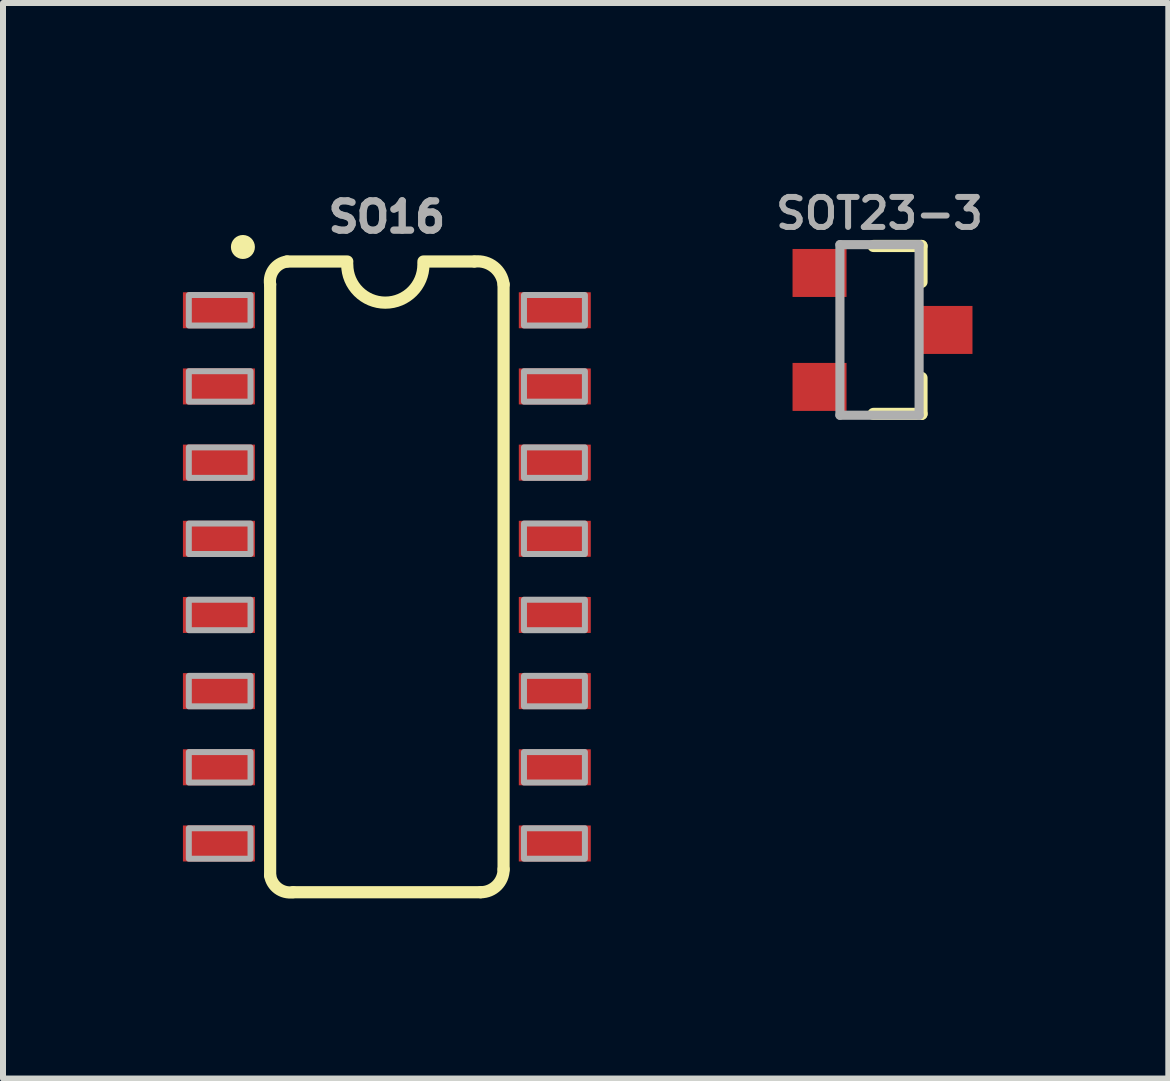
<source format=kicad_pcb>
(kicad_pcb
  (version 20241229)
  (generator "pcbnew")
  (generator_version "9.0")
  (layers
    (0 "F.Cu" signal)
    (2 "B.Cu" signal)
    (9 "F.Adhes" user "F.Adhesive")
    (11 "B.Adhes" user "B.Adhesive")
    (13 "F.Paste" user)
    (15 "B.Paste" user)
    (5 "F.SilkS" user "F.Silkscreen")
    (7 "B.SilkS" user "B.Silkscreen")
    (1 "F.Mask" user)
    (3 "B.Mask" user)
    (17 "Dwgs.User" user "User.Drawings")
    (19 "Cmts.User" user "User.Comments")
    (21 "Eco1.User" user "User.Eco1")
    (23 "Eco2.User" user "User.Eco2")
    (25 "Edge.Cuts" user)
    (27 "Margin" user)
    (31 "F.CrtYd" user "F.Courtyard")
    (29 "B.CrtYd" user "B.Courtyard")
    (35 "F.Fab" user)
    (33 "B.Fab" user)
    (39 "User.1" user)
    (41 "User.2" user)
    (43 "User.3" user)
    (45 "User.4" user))
  (footprint "SOT23-3"
    (layer "F.Cu")
    (at 11.614 2.451)
    (property "Reference" "SOT23-3" (at 0 -1.651 0) (layer "F.Fab") (effects (font (size 0.5 0.5) (thickness 0.1) (bold yes)) (justify bottom)))
    (fp_line (start 0.7 -1.4) (end -0.1 -1.4) (stroke (width 0.203) (type solid)) (layer "F.SilkS"))
    (fp_line (start 0.7 -0.8) (end 0.7 -1.4) (stroke (width 0.203) (type solid)) (layer "F.SilkS"))
    (fp_line (start 0.7 0.8) (end 0.7 1.4) (stroke (width 0.203) (type solid)) (layer "F.SilkS"))
    (fp_line (start 0.7 1.4) (end -0.1 1.4) (stroke (width 0.203) (type solid)) (layer "F.SilkS"))
    (fp_line (start -0.66 -1.422) (end 0.66 -1.422) (stroke (width 0.152) (type solid)) (layer "F.Fab"))
    (fp_line (start -0.66 1.422) (end -0.66 -1.422) (stroke (width 0.152) (type solid)) (layer "F.Fab"))
    (fp_line (start 0.66 -1.422) (end 0.66 1.422) (stroke (width 0.152) (type solid)) (layer "F.Fab"))
    (fp_line (start 0.66 1.422) (end -0.66 1.422) (stroke (width 0.152) (type solid)) (layer "F.Fab"))
    (pad "1" smd rect (at -1 -0.95 270) (size 0.8 0.9) (layers "F.Cu" "F.Mask" "F.Paste"))
    (pad "2" smd rect (at -1 0.95 270) (size 0.8 0.9) (layers "F.Cu" "F.Mask" "F.Paste"))
    (pad "3" smd rect (at 1.1 0 270) (size 0.8 0.9) (layers "F.Cu" "F.Mask" "F.Paste")))
  (footprint "SO16"
    (layer "F.Cu")
    (at 3.4 6.568)
    (property "Reference" "SO16" (at 0 -5.715 0) (layer "F.Fab") (effects (font (size 0.488 0.488) (thickness 0.122)) (justify bottom)))
    (fp_line (start -1.946 -4.877) (end -1.946 4.977) (stroke (width 0.203) (type solid)) (layer "F.SilkS"))
    (fp_line (start -1.665 -5.258) (end -0.66 -5.258) (stroke (width 0.203) (type solid)) (layer "F.SilkS"))
    (fp_line (start -1.565 5.258) (end 1.565 5.258) (stroke (width 0.203) (type solid)) (layer "F.SilkS"))
    (fp_line (start 1.453 -5.258) (end 0.61 -5.258) (stroke (width 0.203) (type solid)) (layer "F.SilkS"))
    (fp_line (start 1.946 4.877) (end 1.946 -4.877) (stroke (width 0.203) (type solid)) (layer "F.SilkS"))
    (fp_arc (start -1.946301 -4.876799) (mid -1.884767 -5.12554) (end -1.6653 -5.2578) (stroke (width 0.2032) (type solid)) (layer "F.SilkS"))
    (fp_arc (start -1.5653 5.2578) (mid -1.813997 5.196208) (end -1.9463 4.9768) (stroke (width 0.2032) (type solid)) (layer "F.SilkS"))
    (fp_arc (start 0.6096 -5.207) (mid -0.0254 -4.572) (end -0.6604 -5.207) (stroke (width 0.2032) (type solid)) (layer "F.SilkS"))
    (fp_arc (start 1.4653 -5.2578) (mid 1.784731 -5.166948) (end 1.9463 -4.8768) (stroke (width 0.2032) (type solid)) (layer "F.SilkS"))
    (fp_arc (start 1.9463 4.8768) (mid 1.834736 5.146238) (end 1.565298 5.2578) (stroke (width 0.2032) (type solid)) (layer "F.SilkS"))
    (fp_circle (center -2.4 -5.5) (end -2.4 -5.4) (stroke (width 0.2) (type solid)) (fill yes) (layer "F.SilkS"))
    (fp_poly (pts (xy -3.302 -4.699) (xy -3.302 -4.191) (xy -2.273 -4.191) (xy -2.273 -4.699)) (stroke (width 0.1) (type default)) (fill no) (layer "F.Fab"))
    (fp_poly (pts (xy -3.302 -3.429) (xy -3.302 -2.921) (xy -2.273 -2.921) (xy -2.273 -3.429)) (stroke (width 0.1) (type default)) (fill no) (layer "F.Fab"))
    (fp_poly (pts (xy -3.302 -2.159) (xy -3.302 -1.651) (xy -2.273 -1.651) (xy -2.273 -2.159)) (stroke (width 0.1) (type default)) (fill no) (layer "F.Fab"))
    (fp_poly (pts (xy -3.302 -0.889) (xy -3.302 -0.381) (xy -2.273 -0.381) (xy -2.273 -0.889)) (stroke (width 0.1) (type default)) (fill no) (layer "F.Fab"))
    (fp_poly (pts (xy -3.302 0.381) (xy -3.302 0.889) (xy -2.273 0.889) (xy -2.273 0.381)) (stroke (width 0.1) (type default)) (fill no) (layer "F.Fab"))
    (fp_poly (pts (xy -3.302 1.651) (xy -3.302 2.159) (xy -2.273 2.159) (xy -2.273 1.651)) (stroke (width 0.1) (type default)) (fill no) (layer "F.Fab"))
    (fp_poly (pts (xy -3.302 2.921) (xy -3.302 3.429) (xy -2.273 3.429) (xy -2.273 2.921)) (stroke (width 0.1) (type default)) (fill no) (layer "F.Fab"))
    (fp_poly (pts (xy -3.302 4.191) (xy -3.302 4.699) (xy -2.273 4.699) (xy -2.273 4.191)) (stroke (width 0.1) (type default)) (fill no) (layer "F.Fab"))
    (fp_poly (pts (xy 2.286 -4.699) (xy 2.286 -4.191) (xy 3.302 -4.191) (xy 3.302 -4.699)) (stroke (width 0.1) (type default)) (fill no) (layer "F.Fab"))
    (fp_poly (pts (xy 2.286 -3.429) (xy 2.286 -2.921) (xy 3.302 -2.921) (xy 3.302 -3.429)) (stroke (width 0.1) (type default)) (fill no) (layer "F.Fab"))
    (fp_poly (pts (xy 2.286 -2.159) (xy 2.286 -1.651) (xy 3.302 -1.651) (xy 3.302 -2.159)) (stroke (width 0.1) (type default)) (fill no) (layer "F.Fab"))
    (fp_poly (pts (xy 2.286 -0.889) (xy 2.286 -0.381) (xy 3.302 -0.381) (xy 3.302 -0.889)) (stroke (width 0.1) (type default)) (fill no) (layer "F.Fab"))
    (fp_poly (pts (xy 2.286 0.381) (xy 2.286 0.889) (xy 3.302 0.889) (xy 3.302 0.381)) (stroke (width 0.1) (type default)) (fill no) (layer "F.Fab"))
    (fp_poly (pts (xy 2.286 1.651) (xy 2.286 2.159) (xy 3.302 2.159) (xy 3.302 1.651)) (stroke (width 0.1) (type default)) (fill no) (layer "F.Fab"))
    (fp_poly (pts (xy 2.286 2.921) (xy 2.286 3.429) (xy 3.302 3.429) (xy 3.302 2.921)) (stroke (width 0.1) (type default)) (fill no) (layer "F.Fab"))
    (fp_poly (pts (xy 2.286 4.191) (xy 2.286 4.699) (xy 3.302 4.699) (xy 3.302 4.191)) (stroke (width 0.1) (type default)) (fill no) (layer "F.Fab"))
    (pad "1" smd rect (at -2.8 -4.445 270) (size 0.6 1.2) (layers "F.Cu" "F.Mask" "F.Paste"))
    (pad "2" smd rect (at -2.8 -3.175 270) (size 0.6 1.2) (layers "F.Cu" "F.Mask" "F.Paste"))
    (pad "3" smd rect (at -2.8 -1.905 270) (size 0.6 1.2) (layers "F.Cu" "F.Mask" "F.Paste"))
    (pad "4" smd rect (at -2.8 -0.635 270) (size 0.6 1.2) (layers "F.Cu" "F.Mask" "F.Paste"))
    (pad "5" smd rect (at -2.8 0.635 270) (size 0.6 1.2) (layers "F.Cu" "F.Mask" "F.Paste"))
    (pad "6" smd rect (at -2.8 1.905 270) (size 0.6 1.2) (layers "F.Cu" "F.Mask" "F.Paste"))
    (pad "7" smd rect (at -2.8 3.175 270) (size 0.6 1.2) (layers "F.Cu" "F.Mask" "F.Paste"))
    (pad "8" smd rect (at -2.8 4.445 270) (size 0.6 1.2) (layers "F.Cu" "F.Mask" "F.Paste"))
    (pad "9" smd rect (at 2.8 4.445 270) (size 0.6 1.2) (layers "F.Cu" "F.Mask" "F.Paste"))
    (pad "10" smd rect (at 2.8 3.175 270) (size 0.6 1.2) (layers "F.Cu" "F.Mask" "F.Paste"))
    (pad "11" smd rect (at 2.8 1.905 270) (size 0.6 1.2) (layers "F.Cu" "F.Mask" "F.Paste"))
    (pad "12" smd rect (at 2.8 0.635 270) (size 0.6 1.2) (layers "F.Cu" "F.Mask" "F.Paste"))
    (pad "13" smd rect (at 2.8 -0.635 270) (size 0.6 1.2) (layers "F.Cu" "F.Mask" "F.Paste"))
    (pad "14" smd rect (at 2.8 -1.905 270) (size 0.6 1.2) (layers "F.Cu" "F.Mask" "F.Paste"))
    (pad "15" smd rect (at 2.8 -3.175 270) (size 0.6 1.2) (layers "F.Cu" "F.Mask" "F.Paste"))
    (pad "16" smd rect (at 2.8 -4.445 270) (size 0.6 1.2) (layers "F.Cu" "F.Mask" "F.Paste")))
  (gr_rect
    (start -3 -3)
    (end 16.429 14.932)
    (stroke (width 0.1) (type default))
    (fill no)
    (layer "Edge.Cuts")))
</source>
